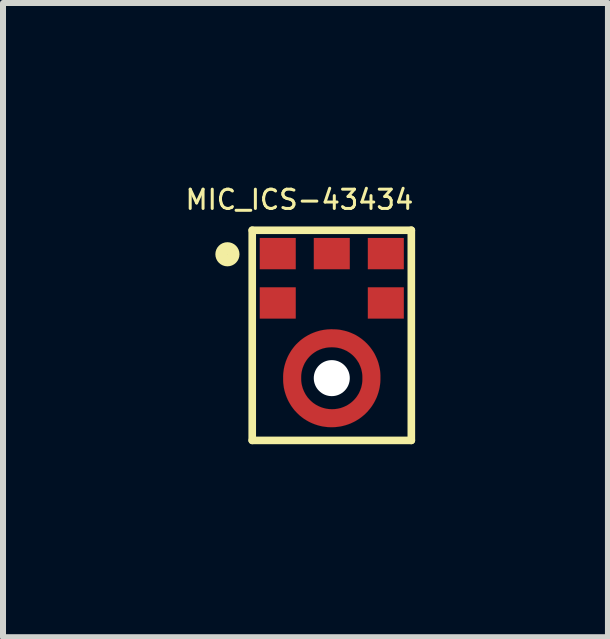
<source format=kicad_pcb>
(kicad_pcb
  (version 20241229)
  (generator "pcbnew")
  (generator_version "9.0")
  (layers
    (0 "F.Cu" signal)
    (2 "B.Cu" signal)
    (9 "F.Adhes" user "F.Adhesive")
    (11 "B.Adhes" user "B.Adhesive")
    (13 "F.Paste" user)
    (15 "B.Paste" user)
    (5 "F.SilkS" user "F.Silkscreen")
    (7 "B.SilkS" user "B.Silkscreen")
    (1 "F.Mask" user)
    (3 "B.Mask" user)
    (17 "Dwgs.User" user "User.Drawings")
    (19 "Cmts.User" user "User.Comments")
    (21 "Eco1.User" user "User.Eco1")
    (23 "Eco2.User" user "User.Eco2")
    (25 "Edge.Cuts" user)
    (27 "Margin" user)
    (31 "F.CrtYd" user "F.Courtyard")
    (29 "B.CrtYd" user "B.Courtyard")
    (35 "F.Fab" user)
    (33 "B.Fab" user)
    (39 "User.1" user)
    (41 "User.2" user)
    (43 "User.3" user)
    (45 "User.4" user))
  (footprint "MIC_ICS-43434"
    (layer "F.Cu")
    (at 2.476 2.535)
    (property "Reference" "MIC_ICS-43434" (at -0.539 -2.259 0) (layer "F.SilkS") (effects (font (size 0.321 0.321) (thickness 0.05))))
    (attr smd)
    (fp_poly (pts (xy 0.01 -0.102) (xy 0.01 0.198) (xy -0.023 0.2) (xy -0.049 0.201) (xy -0.075 0.204) (xy -0.101 0.208) (xy -0.127 0.214) (xy -0.152 0.22) (xy -0.177 0.229) (xy -0.201 0.238) (xy -0.225 0.249) (xy -0.249 0.26) (xy -0.271 0.274) (xy -0.293 0.288) (xy -0.314 0.303) (xy -0.335 0.32) (xy -0.354 0.337) (xy -0.373 0.356) (xy -0.39 0.375) (xy -0.407 0.396) (xy -0.422 0.417) (xy -0.436 0.439) (xy -0.45 0.461) (xy -0.461 0.485) (xy -0.472 0.509) (xy -0.481 0.533) (xy -0.49 0.558) (xy -0.496 0.583) (xy -0.502 0.609) (xy -0.506 0.635) (xy -0.509 0.661) (xy -0.51 0.687) (xy -0.51 0.7) (xy -0.51 0.72) (xy -0.51 0.733) (xy -0.509 0.76) (xy -0.506 0.787) (xy -0.502 0.813) (xy -0.496 0.839) (xy -0.489 0.865) (xy -0.481 0.89) (xy -0.471 0.915) (xy -0.46 0.94) (xy -0.448 0.963) (xy -0.435 0.987) (xy -0.42 1.009) (xy -0.405 1.031) (xy -0.388 1.051) (xy -0.37 1.071) (xy -0.351 1.09) (xy -0.331 1.108) (xy -0.311 1.125) (xy -0.289 1.14) (xy -0.267 1.155) (xy -0.243 1.168) (xy -0.22 1.18) (xy -0.195 1.191) (xy -0.17 1.201) (xy -0.145 1.209) (xy -0.119 1.216) (xy -0.093 1.222) (xy -0.067 1.226) (xy -0.04 1.229) (xy -0.013 1.23) (xy 0 1.23) (xy 0.01 1.23) (xy 0.023 1.23) (xy 0.049 1.229) (xy 0.075 1.226) (xy 0.101 1.222) (xy 0.127 1.216) (xy 0.152 1.21) (xy 0.177 1.201) (xy 0.201 1.192) (xy 0.225 1.181) (xy 0.249 1.17) (xy 0.271 1.156) (xy 0.293 1.142) (xy 0.314 1.127) (xy 0.335 1.11) (xy 0.354 1.093) (xy 0.373 1.074) (xy 0.39 1.055) (xy 0.407 1.034) (xy 0.422 1.013) (xy 0.436 0.991) (xy 0.45 0.969) (xy 0.461 0.945) (xy 0.472 0.921) (xy 0.481 0.897) (xy 0.49 0.872) (xy 0.496 0.847) (xy 0.502 0.821) (xy 0.506 0.795) (xy 0.509 0.769) (xy 0.51 0.743) (xy 0.51 0.73) (xy 0.51 0.7) (xy 0.51 0.687) (xy 0.509 0.661) (xy 0.506 0.635) (xy 0.502 0.609) (xy 0.496 0.583) (xy 0.49 0.558) (xy 0.481 0.533) (xy 0.472 0.509) (xy 0.461 0.485) (xy 0.45 0.461) (xy 0.436 0.439) (xy 0.422 0.417) (xy 0.407 0.396) (xy 0.39 0.375) (xy 0.373 0.356) (xy 0.354 0.337) (xy 0.335 0.32) (xy 0.314 0.303) (xy 0.293 0.288) (xy 0.271 0.274) (xy 0.249 0.26) (xy 0.225 0.249) (xy 0.201 0.238) (xy 0.177 0.229) (xy 0.152 0.22) (xy 0.127 0.214) (xy 0.101 0.208) (xy 0.075 0.204) (xy 0.049 0.201) (xy 0.023 0.2) (xy 0.01 0.2) (xy 0.01 -0.1) (xy 0.02 -0.1) (xy 0.041 -0.1) (xy 0.082 -0.098) (xy 0.123 -0.094) (xy 0.164 -0.087) (xy 0.204 -0.078) (xy 0.244 -0.068) (xy 0.284 -0.055) (xy 0.322 -0.04) (xy 0.36 -0.023) (xy 0.397 -0.005) (xy 0.433 0.016) (xy 0.468 0.039) (xy 0.501 0.063) (xy 0.533 0.089) (xy 0.564 0.117) (xy 0.593 0.146) (xy 0.621 0.177) (xy 0.647 0.209) (xy 0.671 0.242) (xy 0.694 0.277) (xy 0.715 0.313) (xy 0.733 0.35) (xy 0.75 0.388) (xy 0.765 0.426) (xy 0.778 0.466) (xy 0.788 0.506) (xy 0.797 0.546) (xy 0.804 0.587) (xy 0.808 0.628) (xy 0.81 0.669) (xy 0.81 0.69) (xy 0.81 0.72) (xy 0.81 0.741) (xy 0.808 0.784) (xy 0.803 0.826) (xy 0.797 0.868) (xy 0.788 0.909) (xy 0.777 0.95) (xy 0.764 0.99) (xy 0.749 1.03) (xy 0.731 1.069) (xy 0.712 1.107) (xy 0.691 1.143) (xy 0.668 1.179) (xy 0.643 1.213) (xy 0.616 1.246) (xy 0.588 1.278) (xy 0.558 1.308) (xy 0.526 1.336) (xy 0.493 1.363) (xy 0.459 1.388) (xy 0.423 1.411) (xy 0.387 1.432) (xy 0.349 1.451) (xy 0.31 1.469) (xy 0.27 1.484) (xy 0.23 1.497) (xy 0.189 1.508) (xy 0.148 1.517) (xy 0.106 1.523) (xy 0.064 1.528) (xy 0.021 1.53) (xy 0 1.53) (xy -0.01 1.53) (xy -0.031 1.53) (xy -0.073 1.528) (xy -0.114 1.523) (xy -0.156 1.517) (xy -0.197 1.508) (xy -0.237 1.497) (xy -0.277 1.484) (xy -0.316 1.469) (xy -0.355 1.452) (xy -0.392 1.433) (xy -0.428 1.412) (xy -0.463 1.39) (xy -0.497 1.365) (xy -0.53 1.339) (xy -0.561 1.31) (xy -0.59 1.281) (xy -0.619 1.25) (xy -0.645 1.217) (xy -0.67 1.183) (xy -0.692 1.148) (xy -0.713 1.112) (xy -0.732 1.075) (xy -0.749 1.036) (xy -0.764 0.997) (xy -0.777 0.957) (xy -0.788 0.917) (xy -0.797 0.876) (xy -0.803 0.834) (xy -0.808 0.793) (xy -0.81 0.751) (xy -0.81 0.73) (xy -0.81 0.7) (xy -0.81 0.679) (xy -0.808 0.637) (xy -0.803 0.596) (xy -0.797 0.554) (xy -0.788 0.513) (xy -0.777 0.473) (xy -0.764 0.433) (xy -0.749 0.394) (xy -0.732 0.355) (xy -0.713 0.318) (xy -0.692 0.282) (xy -0.67 0.247) (xy -0.645 0.213) (xy -0.619 0.18) (xy -0.591 0.149) (xy -0.561 0.12) (xy -0.53 0.091) (xy -0.497 0.065) (xy -0.463 0.04) (xy -0.428 0.018) (xy -0.392 -0.003) (xy -0.355 -0.022) (xy -0.316 -0.039) (xy -0.277 -0.054) (xy -0.237 -0.067) (xy -0.197 -0.078) (xy -0.156 -0.087) (xy -0.114 -0.093) (xy -0.073 -0.098) (xy -0.031 -0.1)) (stroke (width 0.001) (type solid)) (fill yes) (layer "F.Cu"))
    (fp_circle (center 0 0.713) (end 0.665 0.713) (stroke (width 0.5) (type solid)) (fill no) (layer "F.Mask"))
    (fp_line (start -1.325 -1.75) (end -1.325 1.75) (stroke (width 0.127) (type solid)) (layer "F.SilkS"))
    (fp_line (start -1.325 1.75) (end 1.325 1.75) (stroke (width 0.127) (type solid)) (layer "F.SilkS"))
    (fp_line (start 1.325 -1.75) (end -1.325 -1.75) (stroke (width 0.127) (type solid)) (layer "F.SilkS"))
    (fp_line (start 1.325 1.75) (end 1.325 -1.75) (stroke (width 0.127) (type solid)) (layer "F.SilkS"))
    (fp_circle (center -1.738 -1.35) (end -1.637 -1.35) (stroke (width 0.2) (type solid)) (fill no) (layer "F.SilkS"))
    (fp_poly (pts (xy -0.65 -1.572) (xy -0.65 -1.15) (xy -1.15 -1.15) (xy -1.15 -1.572)) (stroke (width 0.001) (type solid)) (fill yes) (layer "F.Paste"))
    (fp_poly (pts (xy -0.65 -0.75) (xy -0.65 -0.328) (xy -1.15 -0.328) (xy -1.15 -0.75)) (stroke (width 0.001) (type solid)) (fill yes) (layer "F.Paste"))
    (fp_poly (pts (xy 0.25 -1.572) (xy 0.25 -1.15) (xy -0.25 -1.15) (xy -0.25 -1.572)) (stroke (width 0.001) (type solid)) (fill yes) (layer "F.Paste"))
    (fp_poly (pts (xy 1.15 -1.572) (xy 1.15 -1.15) (xy 0.65 -1.15) (xy 0.65 -1.572)) (stroke (width 0.001) (type solid)) (fill yes) (layer "F.Paste"))
    (fp_poly (pts (xy 1.15 -0.75) (xy 1.15 -0.328) (xy 0.65 -0.328) (xy 0.65 -0.75)) (stroke (width 0.001) (type solid)) (fill yes) (layer "F.Paste"))
    (fp_poly (pts (xy -0.51 0.663) (xy -0.509 0.654) (xy -0.506 0.63) (xy -0.502 0.607) (xy -0.496 0.584) (xy -0.49 0.561) (xy -0.483 0.538) (xy -0.474 0.516) (xy -0.465 0.495) (xy -0.454 0.473) (xy -0.443 0.453) (xy -0.43 0.432) (xy -0.417 0.413) (xy -0.403 0.394) (xy -0.387 0.376) (xy -0.371 0.358) (xy -0.355 0.342) (xy -0.337 0.326) (xy -0.319 0.31) (xy -0.3 0.296) (xy -0.281 0.283) (xy -0.26 0.27) (xy -0.24 0.259) (xy -0.218 0.248) (xy -0.197 0.239) (xy -0.175 0.23) (xy -0.152 0.223) (xy -0.129 0.217) (xy -0.106 0.211) (xy -0.083 0.207) (xy -0.059 0.204) (xy -0.05 0.203) (xy -0.05 -0.097) (xy -0.069 -0.096) (xy -0.108 -0.092) (xy -0.147 -0.086) (xy -0.185 -0.078) (xy -0.224 -0.069) (xy -0.261 -0.057) (xy -0.298 -0.044) (xy -0.334 -0.029) (xy -0.37 -0.012) (xy -0.404 0.007) (xy -0.438 0.027) (xy -0.471 0.049) (xy -0.502 0.072) (xy -0.533 0.097) (xy -0.562 0.123) (xy -0.59 0.151) (xy -0.616 0.18) (xy -0.641 0.211) (xy -0.664 0.242) (xy -0.686 0.275) (xy -0.706 0.309) (xy -0.725 0.343) (xy -0.742 0.379) (xy -0.757 0.415) (xy -0.77 0.452) (xy -0.782 0.489) (xy -0.791 0.528) (xy -0.799 0.566) (xy -0.805 0.605) (xy -0.809 0.644) (xy -0.81 0.663)) (stroke (width 0.001) (type solid)) (fill yes) (layer "F.Paste"))
    (fp_poly (pts (xy -0.05 1.223) (xy -0.059 1.222) (xy -0.083 1.219) (xy -0.106 1.215) (xy -0.129 1.209) (xy -0.152 1.203) (xy -0.175 1.196) (xy -0.197 1.187) (xy -0.218 1.178) (xy -0.24 1.167) (xy -0.26 1.156) (xy -0.281 1.143) (xy -0.3 1.13) (xy -0.319 1.116) (xy -0.337 1.1) (xy -0.355 1.084) (xy -0.371 1.068) (xy -0.387 1.05) (xy -0.403 1.032) (xy -0.417 1.013) (xy -0.43 0.994) (xy -0.443 0.973) (xy -0.454 0.953) (xy -0.465 0.931) (xy -0.474 0.91) (xy -0.483 0.888) (xy -0.49 0.865) (xy -0.496 0.842) (xy -0.502 0.819) (xy -0.506 0.796) (xy -0.509 0.772) (xy -0.51 0.763) (xy -0.81 0.763) (xy -0.809 0.782) (xy -0.805 0.821) (xy -0.799 0.86) (xy -0.791 0.898) (xy -0.782 0.937) (xy -0.77 0.974) (xy -0.757 1.011) (xy -0.742 1.047) (xy -0.725 1.083) (xy -0.706 1.117) (xy -0.686 1.151) (xy -0.664 1.184) (xy -0.641 1.215) (xy -0.616 1.246) (xy -0.59 1.275) (xy -0.562 1.303) (xy -0.533 1.329) (xy -0.502 1.354) (xy -0.471 1.377) (xy -0.438 1.399) (xy -0.404 1.419) (xy -0.37 1.438) (xy -0.334 1.455) (xy -0.298 1.47) (xy -0.261 1.483) (xy -0.224 1.495) (xy -0.185 1.504) (xy -0.147 1.512) (xy -0.108 1.518) (xy -0.069 1.522) (xy -0.05 1.523)) (stroke (width 0.001) (type solid)) (fill yes) (layer "F.Paste"))
    (fp_poly (pts (xy 0.05 0.203) (xy 0.059 0.204) (xy 0.083 0.207) (xy 0.106 0.211) (xy 0.129 0.217) (xy 0.152 0.223) (xy 0.175 0.23) (xy 0.197 0.239) (xy 0.218 0.248) (xy 0.24 0.259) (xy 0.26 0.27) (xy 0.281 0.283) (xy 0.3 0.296) (xy 0.319 0.31) (xy 0.337 0.326) (xy 0.355 0.342) (xy 0.371 0.358) (xy 0.387 0.376) (xy 0.403 0.394) (xy 0.417 0.413) (xy 0.43 0.432) (xy 0.443 0.453) (xy 0.454 0.473) (xy 0.465 0.495) (xy 0.474 0.516) (xy 0.483 0.538) (xy 0.49 0.561) (xy 0.496 0.584) (xy 0.502 0.607) (xy 0.506 0.63) (xy 0.509 0.654) (xy 0.51 0.663) (xy 0.81 0.663) (xy 0.809 0.644) (xy 0.805 0.605) (xy 0.799 0.566) (xy 0.791 0.528) (xy 0.782 0.489) (xy 0.77 0.452) (xy 0.757 0.415) (xy 0.742 0.379) (xy 0.725 0.343) (xy 0.706 0.309) (xy 0.686 0.275) (xy 0.664 0.242) (xy 0.641 0.211) (xy 0.616 0.18) (xy 0.59 0.151) (xy 0.562 0.123) (xy 0.533 0.097) (xy 0.502 0.072) (xy 0.471 0.049) (xy 0.438 0.027) (xy 0.404 0.007) (xy 0.37 -0.012) (xy 0.334 -0.029) (xy 0.298 -0.044) (xy 0.261 -0.057) (xy 0.224 -0.069) (xy 0.185 -0.078) (xy 0.147 -0.086) (xy 0.108 -0.092) (xy 0.069 -0.096) (xy 0.05 -0.097)) (stroke (width 0.001) (type solid)) (fill yes) (layer "F.Paste"))
    (fp_poly (pts (xy 0.51 0.763) (xy 0.509 0.772) (xy 0.506 0.796) (xy 0.502 0.819) (xy 0.496 0.842) (xy 0.49 0.865) (xy 0.483 0.888) (xy 0.474 0.91) (xy 0.465 0.931) (xy 0.454 0.953) (xy 0.443 0.973) (xy 0.43 0.994) (xy 0.417 1.013) (xy 0.403 1.032) (xy 0.387 1.05) (xy 0.371 1.068) (xy 0.355 1.084) (xy 0.337 1.1) (xy 0.319 1.116) (xy 0.3 1.13) (xy 0.281 1.143) (xy 0.26 1.156) (xy 0.24 1.167) (xy 0.218 1.178) (xy 0.197 1.187) (xy 0.175 1.196) (xy 0.152 1.203) (xy 0.129 1.209) (xy 0.106 1.215) (xy 0.083 1.219) (xy 0.059 1.222) (xy 0.05 1.223) (xy 0.05 1.523) (xy 0.069 1.522) (xy 0.108 1.518) (xy 0.147 1.512) (xy 0.185 1.504) (xy 0.224 1.495) (xy 0.261 1.483) (xy 0.298 1.47) (xy 0.334 1.455) (xy 0.37 1.438) (xy 0.404 1.419) (xy 0.438 1.399) (xy 0.471 1.377) (xy 0.502 1.354) (xy 0.533 1.329) (xy 0.562 1.303) (xy 0.59 1.275) (xy 0.616 1.246) (xy 0.641 1.215) (xy 0.664 1.184) (xy 0.686 1.151) (xy 0.706 1.117) (xy 0.725 1.083) (xy 0.742 1.047) (xy 0.757 1.011) (xy 0.77 0.974) (xy 0.782 0.937) (xy 0.791 0.898) (xy 0.799 0.86) (xy 0.805 0.821) (xy 0.809 0.782) (xy 0.81 0.763)) (stroke (width 0.001) (type solid)) (fill yes) (layer "F.Paste"))
    (fp_line (start -1.575 -2) (end 1.575 -2) (stroke (width 0.05) (type solid)) (layer "Eco1.User"))
    (fp_line (start -1.575 2.003) (end -1.575 -2) (stroke (width 0.05) (type solid)) (layer "Eco1.User"))
    (fp_line (start 1.575 -2) (end 1.575 2.003) (stroke (width 0.05) (type solid)) (layer "Eco1.User"))
    (fp_line (start 1.575 2.003) (end -1.575 2.003) (stroke (width 0.05) (type solid)) (layer "Eco1.User"))
    (fp_line (start -1.325 -1.747) (end 1.325 -1.747) (stroke (width 0.127) (type solid)) (layer "Eco2.User"))
    (fp_line (start -1.325 1.753) (end -1.325 -1.747) (stroke (width 0.127) (type solid)) (layer "Eco2.User"))
    (fp_line (start 1.325 -1.747) (end 1.325 1.753) (stroke (width 0.127) (type solid)) (layer "Eco2.User"))
    (fp_line (start 1.325 1.753) (end -1.325 1.753) (stroke (width 0.127) (type solid)) (layer "Eco2.User"))
    (pad "" np_thru_hole circle (at 0 0.713) (size 0.6 0.6) (drill 0.6) (layers "*.Cu" "*.Mask"))
    (pad "1" smd rect (at -0.9 -1.361) (size 0.6 0.522) (layers "F.Cu" "F.Mask" "F.Paste"))
    (pad "2" smd rect (at -0.9 -0.539) (size 0.6 0.522) (layers "F.Cu" "F.Mask" "F.Paste"))
    (pad "3" smd rect (at -0.015 1.383) (size 0.1 0.1) (layers "F.Cu" "F.Mask" "F.Paste"))
    (pad "4" smd rect (at 0.9 -0.539) (size 0.6 0.522) (layers "F.Cu" "F.Mask" "F.Paste"))
    (pad "5" smd rect (at 0.9 -1.361) (size 0.6 0.522) (layers "F.Cu" "F.Mask" "F.Paste"))
    (pad "6" smd rect (at 0 -1.361) (size 0.6 0.522) (layers "F.Cu" "F.Mask" "F.Paste")))
  (gr_rect
    (start -3 -3)
    (end 7.076 7.563)
    (stroke (width 0.1) (type default))
    (fill no)
    (layer "Edge.Cuts")))
</source>
